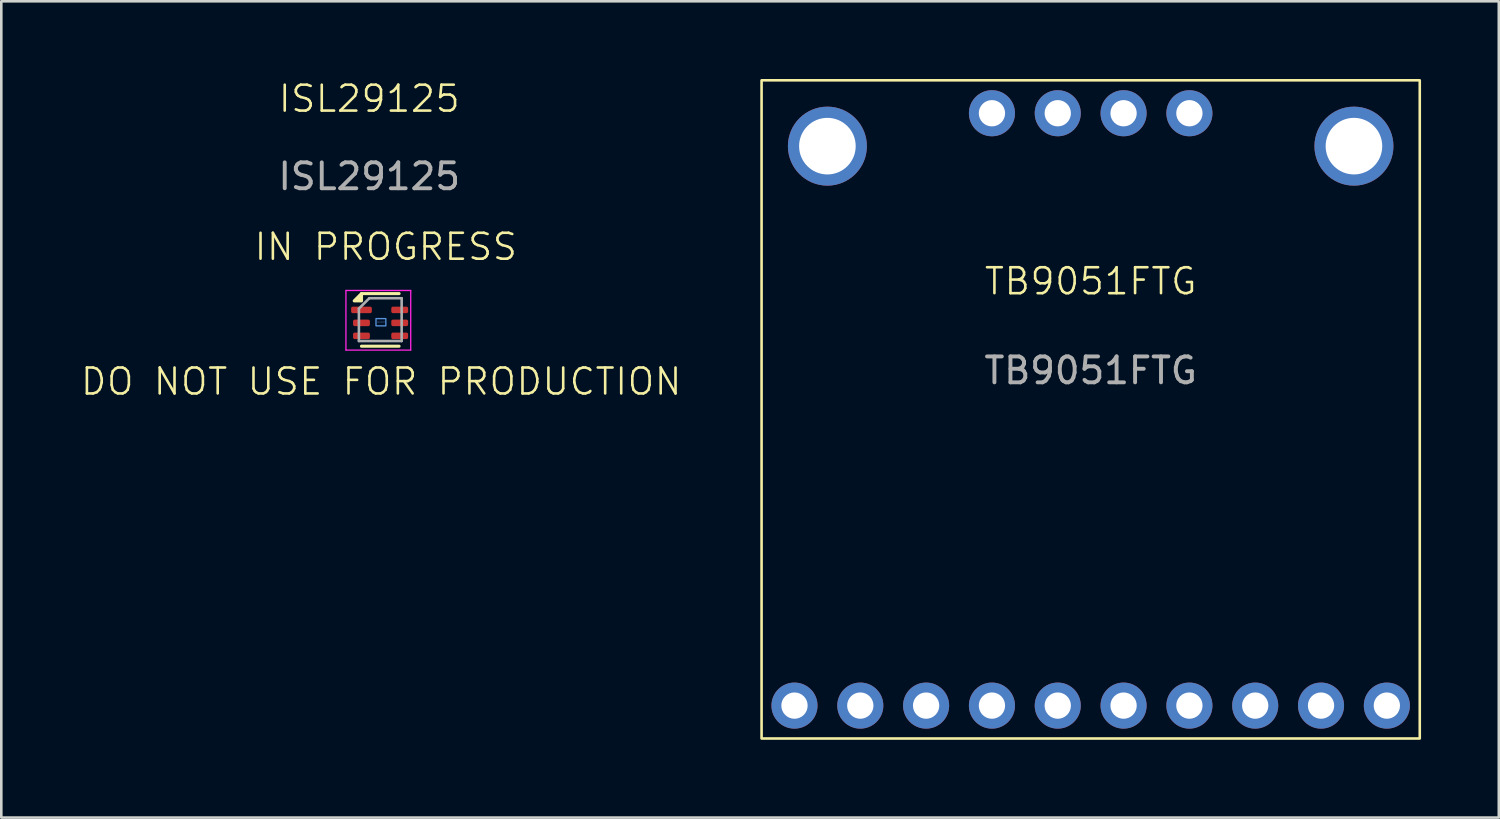
<source format=kicad_pcb>
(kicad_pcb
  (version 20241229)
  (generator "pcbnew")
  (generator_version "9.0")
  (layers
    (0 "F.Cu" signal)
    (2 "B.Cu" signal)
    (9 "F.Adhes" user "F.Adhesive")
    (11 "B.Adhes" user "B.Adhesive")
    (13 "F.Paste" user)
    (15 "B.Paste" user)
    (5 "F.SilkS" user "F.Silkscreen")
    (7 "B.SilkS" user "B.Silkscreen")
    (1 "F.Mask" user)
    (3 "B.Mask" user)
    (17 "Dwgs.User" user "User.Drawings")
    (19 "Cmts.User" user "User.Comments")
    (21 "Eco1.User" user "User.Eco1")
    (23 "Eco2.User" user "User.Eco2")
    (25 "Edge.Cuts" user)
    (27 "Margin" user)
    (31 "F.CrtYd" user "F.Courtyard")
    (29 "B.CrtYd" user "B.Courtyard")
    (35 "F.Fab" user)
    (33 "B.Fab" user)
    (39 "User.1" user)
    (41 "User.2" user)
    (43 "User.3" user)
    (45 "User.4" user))
  (footprint "ISL29125"
    (layer "F.Cu")
    (at 10.8 8.46)
    (property "Reference" "ISL29125" (at 0.4 -7.7 0) (unlocked yes) (layer "F.SilkS") (effects (font (size 1 1) (thickness 0.1))))
    (attr smd)
    (fp_line (start 0.1 -0.18) (end 1.55 -0.18) (stroke (width 0.12) (type solid)) (layer "F.SilkS"))
    (fp_line (start 0.1 1.85) (end 1.55 1.85) (stroke (width 0.12) (type solid)) (layer "F.SilkS"))
    (fp_poly (pts (xy 0.1 0.1) (xy -0.18 0.1) (xy 0.1 -0.18) (xy 0.1 0.1)) (stroke (width 0.12) (type solid)) (fill yes) (layer "F.SilkS"))
    (fp_rect (start 0.66 0.785) (end 1.04 1.065) (stroke (width 0.05) (type default)) (fill no) (layer "Cmts.User"))
    (fp_line (start -0.5 -0.3) (end -0.5 2) (stroke (width 0.05) (type solid)) (layer "F.CrtYd"))
    (fp_line (start -0.5 2) (end 2 2) (stroke (width 0.05) (type solid)) (layer "F.CrtYd"))
    (fp_line (start 2 -0.3) (end -0.5 -0.3) (stroke (width 0.05) (type solid)) (layer "F.CrtYd"))
    (fp_line (start 2 2) (end 2 -0.3) (stroke (width 0.05) (type solid)) (layer "F.CrtYd"))
    (fp_line (start 0 0.4) (end 0.4 0) (stroke (width 0.1) (type solid)) (layer "F.Fab"))
    (fp_line (start 0 1.65) (end 0 0.4) (stroke (width 0.1) (type solid)) (layer "F.Fab"))
    (fp_line (start 0 1.65) (end 1.65 1.65) (stroke (width 0.1) (type solid)) (layer "F.Fab"))
    (fp_line (start 0.4 0) (end 1.65 0) (stroke (width 0.1) (type solid)) (layer "F.Fab"))
    (fp_line (start 1.65 0) (end 1.65 1.65) (stroke (width 0.1) (type solid)) (layer "F.Fab"))
    (fp_text user "DO NOT USE FOR PRODUCTION" (at -10.8 3.8 0) (unlocked yes) (layer "F.SilkS") (effects (font (size 1 1) (thickness 0.1)) (justify left bottom)))
    (fp_text user "IN PROGRESS" (at -4.1 -1.4 0) (unlocked yes) (layer "F.SilkS") (effects (font (size 1 1) (thickness 0.1)) (justify left bottom)))
    (fp_text user "SENSOR" (at 0.7 0.95 0) (unlocked yes) (layer "Cmts.User") (effects (font (size 0.05 0.05) (thickness 0.005)) (justify left bottom)))
    (fp_text user "${REFERENCE}" (at 0.4 -4.7 0) (unlocked yes) (layer "F.Fab") (effects (font (size 1 1) (thickness 0.15))))
    (pad "1" smd roundrect (at 0.1 0.45) (size 0.8 0.25) (layers "F.Cu" "F.Mask" "F.Paste") (roundrect_rratio 0.25))
    (pad "2" smd roundrect (at 0.1 0.95) (size 0.65 0.25) (layers "F.Cu" "F.Mask" "F.Paste") (roundrect_rratio 0.25))
    (pad "3" smd roundrect (at 0.1 1.45) (size 0.65 0.25) (layers "F.Cu" "F.Mask" "F.Paste") (roundrect_rratio 0.25))
    (pad "4" smd roundrect (at 1.575 1.45) (size 0.65 0.25) (layers "F.Cu" "F.Mask" "F.Paste") (roundrect_rratio 0.25))
    (pad "5" smd roundrect (at 1.575 0.95) (size 0.65 0.25) (layers "F.Cu" "F.Mask" "F.Paste") (roundrect_rratio 0.25))
    (pad "6" smd roundrect (at 1.575 0.45) (size 0.65 0.25) (layers "F.Cu" "F.Mask" "F.Paste") (roundrect_rratio 0.25)))
  (footprint "TB9051FTG"
    (layer "F.Cu")
    (at 39.04 8.305)
    (property "Reference" "TB9051FTG" (at 0 -0.5 0) (unlocked yes) (layer "F.SilkS") (effects (font (size 1 1) (thickness 0.1))))
    (attr smd)
    (fp_rect (start -12.7 -8.255) (end 12.7 17.145) (stroke (width 0.1) (type default)) (fill no) (layer "F.SilkS"))
    (fp_text user "${REFERENCE}" (at 0 2.945 0) (unlocked yes) (layer "F.Fab") (effects (font (size 1 1) (thickness 0.15))))
    (pad "0" thru_hole circle (at -10.16 -5.715) (size 3.048 3.048) (drill 2.184) (layers "*.Cu" "*.Mask"))
    (pad "0" thru_hole circle (at 10.16 -5.715) (size 3.048 3.048) (drill 2.184) (layers "*.Cu" "*.Mask"))
    (pad "1" thru_hole circle (at -3.81 -6.985) (size 1.778 1.778) (drill 1.016) (layers "*.Cu" "*.Mask"))
    (pad "2" thru_hole circle (at -1.27 -6.985) (size 1.778 1.778) (drill 1.016) (layers "*.Cu" "*.Mask"))
    (pad "3" thru_hole circle (at 1.27 -6.985) (size 1.778 1.778) (drill 1.016) (layers "*.Cu" "*.Mask"))
    (pad "4" thru_hole circle (at 3.81 -6.985) (size 1.778 1.778) (drill 1.016) (layers "*.Cu" "*.Mask"))
    (pad "5" thru_hole circle (at -11.43 15.875) (size 1.778 1.778) (drill 1.016) (layers "*.Cu" "*.Mask"))
    (pad "6" thru_hole circle (at -8.89 15.875) (size 1.778 1.778) (drill 1.016) (layers "*.Cu" "*.Mask"))
    (pad "7" thru_hole circle (at -6.35 15.875) (size 1.778 1.778) (drill 1.016) (layers "*.Cu" "*.Mask"))
    (pad "8" thru_hole circle (at -3.81 15.875) (size 1.778 1.778) (drill 1.016) (layers "*.Cu" "*.Mask"))
    (pad "9" thru_hole circle (at -1.27 15.875) (size 1.778 1.778) (drill 1.016) (layers "*.Cu" "*.Mask"))
    (pad "10" thru_hole circle (at 1.27 15.875) (size 1.778 1.778) (drill 1.016) (layers "*.Cu" "*.Mask"))
    (pad "11" thru_hole circle (at 3.81 15.875) (size 1.778 1.778) (drill 1.016) (layers "*.Cu" "*.Mask"))
    (pad "12" thru_hole circle (at 6.35 15.875) (size 1.778 1.778) (drill 1.016) (layers "*.Cu" "*.Mask"))
    (pad "13" thru_hole circle (at 8.89 15.875) (size 1.778 1.778) (drill 1.016) (layers "*.Cu" "*.Mask"))
    (pad "14" thru_hole circle (at 11.43 15.875) (size 1.778 1.778) (drill 1.016) (layers "*.Cu" "*.Mask")))
  (gr_rect
    (start -3 -3)
    (end 54.79 28.5)
    (stroke (width 0.1) (type default))
    (fill no)
    (layer "Edge.Cuts")))
</source>
